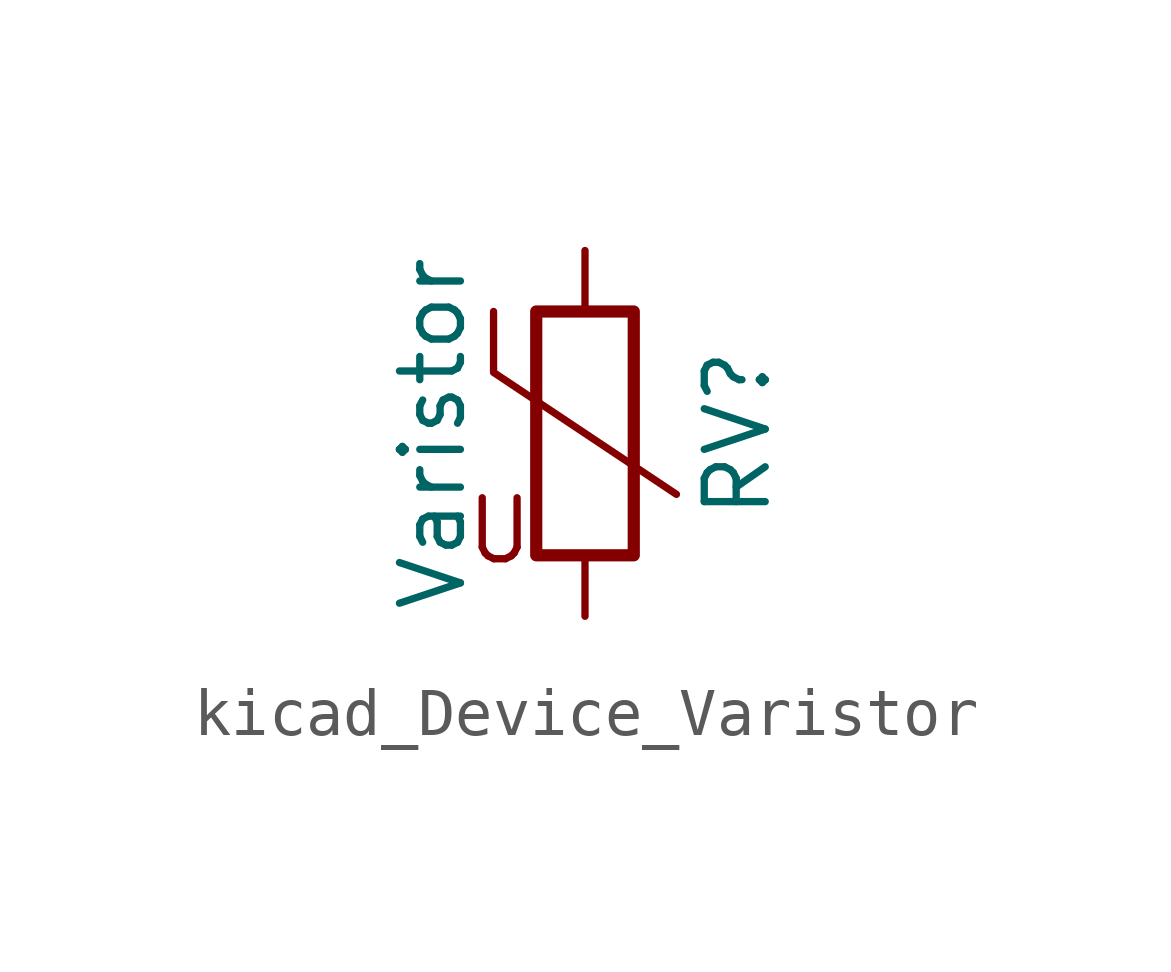
<source format=kicad_sym>
(kicad_symbol_lib
  (version 20220914)
  (generator kicad_symbol_editor)
  (symbol "kicad_Device_Varistor"
    (pin_numbers hide)
    (pin_names
      (offset 0))
    (property "Reference" "RV"
      (at 3.175 0 90)
      (effects (font (size 1.27 1.27))))
    (property "Value" "Varistor"
      (at -3.175 0 90)
      (effects (font (size 1.27 1.27))))
    (symbol "kicad_Device_Varistor_0_0"
      (text "U" (at -1.778 -2.032 0) (effects (font (size 1.27 1.27)))))
    (symbol "kicad_Device_Varistor_0_1"
      (rectangle (start -1.016 -2.54) (end 1.016 2.54) (stroke (width 0.254) (type default)) (fill (type none)))
      (polyline (pts (xy -1.905 2.54) (xy -1.905 1.27) (xy 1.905 -1.27)) (stroke (width 0) (type default)) (fill (type none))))
    (symbol "kicad_Device_Varistor_1_1"
      (pin passive line (at 0 3.81 270) (length 1.27) (name "~" (effects (font (size 1.27 1.27)))) (number "1" (effects (font (size 1.27 1.27)))))
      (pin passive line (at 0 -3.81 90) (length 1.27) (name "~" (effects (font (size 1.27 1.27)))) (number "2" (effects (font (size 1.27 1.27))))))))
</source>
